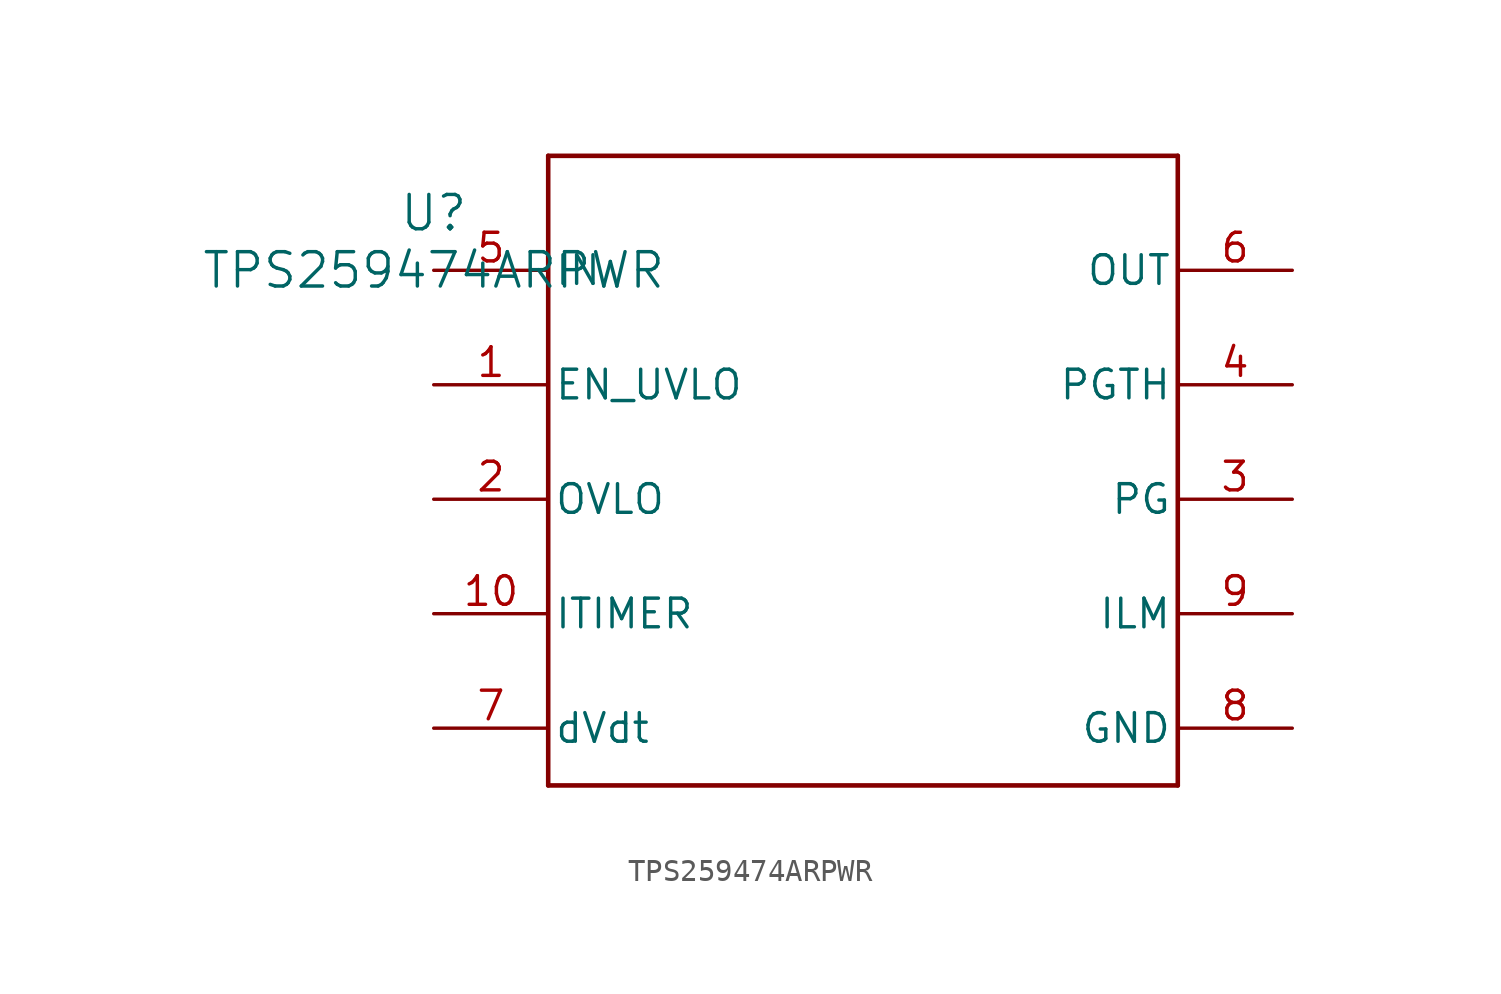
<source format=kicad_sym>
(kicad_symbol_lib
  (version 20231120)
  (generator "kicad_symbol_editor")
  (generator_version "8.0")
  (symbol "TPS259474ARPWR"
    (pin_names
      (offset 0.254))
    (property "Reference" "U"
      (at 0 2.54 0)
      (effects (font (size 1.524 1.524))))
    (property "Value" "TPS259474ARPWR"
      (at 0 0 0)
      (effects (font (size 1.524 1.524))))
    (property "ki_locked" ""
      (at 0 0 0)
      (effects (font (size 1.27 1.27))))
    (symbol "TPS259474ARPWR_0_1"
      (polyline (pts (xy 5.08 -22.86) (xy 33.02 -22.86)) (stroke (width 0.203) (type default)) (fill (type none)))
      (polyline (pts (xy 5.08 5.08) (xy 5.08 -22.86)) (stroke (width 0.203) (type default)) (fill (type none)))
      (polyline (pts (xy 33.02 -22.86) (xy 33.02 5.08)) (stroke (width 0.203) (type default)) (fill (type none)))
      (polyline (pts (xy 33.02 5.08) (xy 5.08 5.08)) (stroke (width 0.203) (type default)) (fill (type none)))
      (pin input line (at 0 -5.08 0) (length 5.08) (name "EN_UVLO" (effects (font (size 1.27 1.27)))) (number "1" (effects (font (size 1.27 1.27)))))
      (pin output line (at 0 -15.24 0) (length 5.08) (name "ITIMER" (effects (font (size 1.27 1.27)))) (number "10" (effects (font (size 1.27 1.27)))))
      (pin output line (at 38.1 -10.16 180) (length 5.08) (name "PG" (effects (font (size 1.27 1.27)))) (number "3" (effects (font (size 1.27 1.27)))))
      (pin input line (at 38.1 -5.08 180) (length 5.08) (name "PGTH" (effects (font (size 1.27 1.27)))) (number "4" (effects (font (size 1.27 1.27)))))
      (pin power_in line (at 0 0 0) (length 5.08) (name "IN" (effects (font (size 1.27 1.27)))) (number "5" (effects (font (size 1.27 1.27)))))
      (pin power_in line (at 38.1 0 180) (length 5.08) (name "OUT" (effects (font (size 1.27 1.27)))) (number "6" (effects (font (size 1.27 1.27)))))
      (pin output line (at 0 -20.32 0) (length 5.08) (name "dVdt" (effects (font (size 1.27 1.27)))) (number "7" (effects (font (size 1.27 1.27)))))
      (pin power_in line (at 38.1 -20.32 180) (length 5.08) (name "GND" (effects (font (size 1.27 1.27)))) (number "8" (effects (font (size 1.27 1.27)))))
      (pin output line (at 38.1 -15.24 180) (length 5.08) (name "ILM" (effects (font (size 1.27 1.27)))) (number "9" (effects (font (size 1.27 1.27))))))
    (symbol "TPS259474ARPWR_1_1"
      (pin input line (at 0 -10.16 0) (length 5.08) (name "OVLO" (effects (font (size 1.27 1.27)))) (number "2" (effects (font (size 1.27 1.27))))))))
</source>
